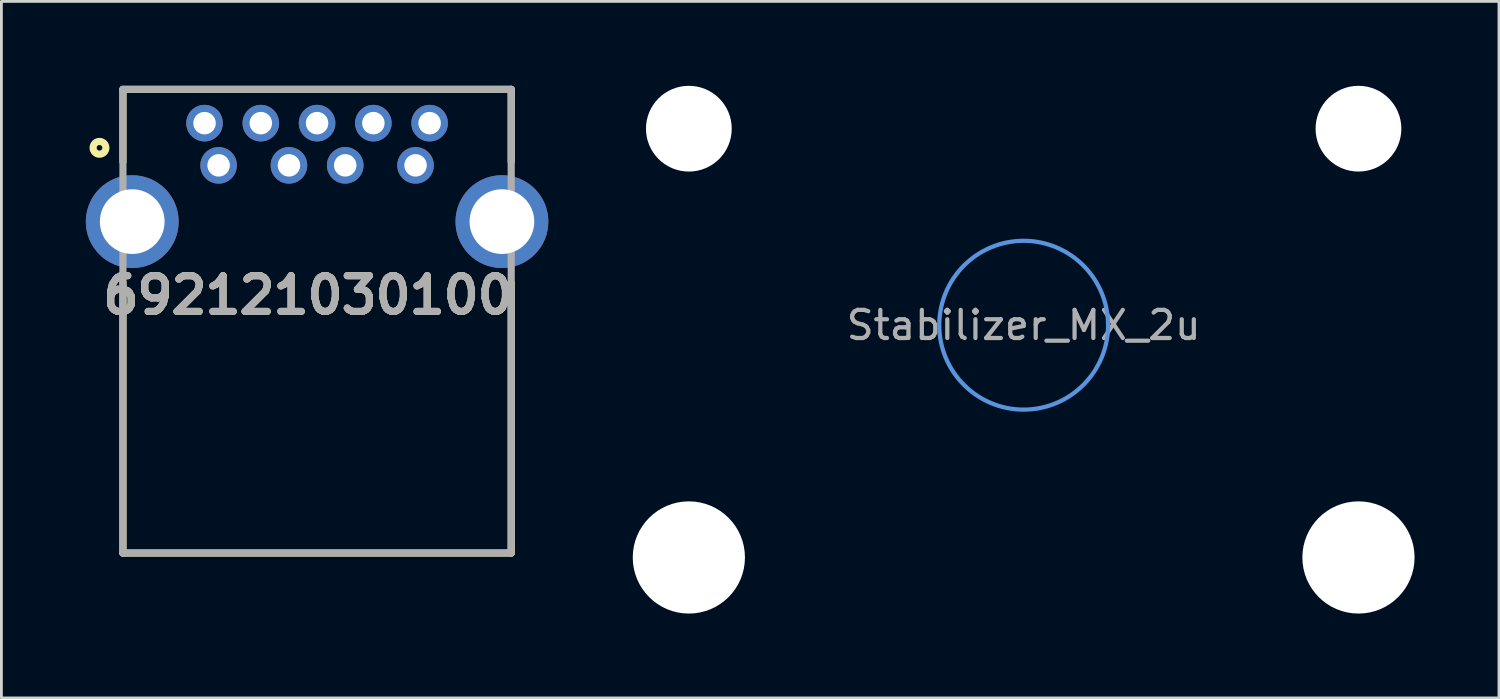
<source format=kicad_pcb>
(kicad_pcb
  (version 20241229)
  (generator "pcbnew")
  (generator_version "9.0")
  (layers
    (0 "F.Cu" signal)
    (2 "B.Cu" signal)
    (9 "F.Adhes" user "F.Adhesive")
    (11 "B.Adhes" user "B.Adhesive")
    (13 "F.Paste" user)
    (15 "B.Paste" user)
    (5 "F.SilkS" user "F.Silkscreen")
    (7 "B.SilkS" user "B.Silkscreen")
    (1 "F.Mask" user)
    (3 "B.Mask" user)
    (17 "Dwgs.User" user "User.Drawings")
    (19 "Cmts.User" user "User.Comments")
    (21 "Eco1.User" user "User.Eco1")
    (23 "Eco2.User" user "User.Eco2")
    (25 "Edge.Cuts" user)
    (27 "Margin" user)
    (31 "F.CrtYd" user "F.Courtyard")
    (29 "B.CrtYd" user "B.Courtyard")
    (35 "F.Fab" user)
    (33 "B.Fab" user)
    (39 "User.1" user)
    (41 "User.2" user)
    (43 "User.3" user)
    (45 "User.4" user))
  (footprint "692121030100"
    (layer "F.Cu")
    (at 1.32 16.607)
    (property "Reference" "692121030100" (at 6.581 -9.162 0) (layer "F.SilkS") (effects (font (size 1.27 1.27) (thickness 0.254))))
    (attr through_hole)
    (fp_line (start 0 -16.48) (end 0 -13.909) (stroke (width 0.254) (type solid)) (layer "F.SilkS"))
    (fp_line (start 0 0) (end 0 -9.616) (stroke (width 0.254) (type solid)) (layer "F.SilkS"))
    (fp_line (start 0 0) (end 13.8 0) (stroke (width 0.254) (type solid)) (layer "F.SilkS"))
    (fp_line (start 13.8 -16.48) (end 0 -16.48) (stroke (width 0.254) (type solid)) (layer "F.SilkS"))
    (fp_line (start 13.8 -16.48) (end 13.8 -13.909) (stroke (width 0.254) (type solid)) (layer "F.SilkS"))
    (fp_line (start 13.8 0) (end 13.8 -9.616) (stroke (width 0.254) (type solid)) (layer "F.SilkS"))
    (fp_circle (center -0.834 -14.403) (end -0.834 -14.303) (stroke (width 0.254) (type solid)) (fill no) (layer "F.SilkS"))
    (fp_line (start 0 -16.48) (end 13.8 -16.48) (stroke (width 0.254) (type solid)) (layer "F.Fab"))
    (fp_line (start 0 0) (end 0 -16.48) (stroke (width 0.254) (type solid)) (layer "F.Fab"))
    (fp_line (start 13.8 -16.48) (end 13.8 0) (stroke (width 0.254) (type solid)) (layer "F.Fab"))
    (fp_line (start 13.8 0) (end 0 0) (stroke (width 0.254) (type solid)) (layer "F.Fab"))
    (fp_text user "${REFERENCE}" (at 6.581 -9.162 0) (layer "F.Fab") (effects (font (size 1.27 1.27) (thickness 0.254))))
    (pad "1" thru_hole circle (at 3.4 -13.78) (size 1.3 1.3) (drill 0.8) (layers "*.Cu" "*.Mask"))
    (pad "2" thru_hole circle (at 5.9 -13.78) (size 1.3 1.3) (drill 0.8) (layers "*.Cu" "*.Mask"))
    (pad "3" thru_hole circle (at 7.9 -13.78) (size 1.3 1.3) (drill 0.8) (layers "*.Cu" "*.Mask"))
    (pad "4" thru_hole circle (at 10.4 -13.78) (size 1.3 1.3) (drill 0.8) (layers "*.Cu" "*.Mask"))
    (pad "5" thru_hole circle (at 10.9 -15.28) (size 1.3 1.3) (drill 0.8) (layers "*.Cu" "*.Mask"))
    (pad "6" thru_hole circle (at 8.9 -15.28) (size 1.3 1.3) (drill 0.8) (layers "*.Cu" "*.Mask"))
    (pad "7" thru_hole circle (at 6.9 -15.28) (size 1.3 1.3) (drill 0.8) (layers "*.Cu" "*.Mask"))
    (pad "8" thru_hole circle (at 4.9 -15.28) (size 1.3 1.3) (drill 0.8) (layers "*.Cu" "*.Mask"))
    (pad "9" thru_hole circle (at 2.9 -15.28) (size 1.3 1.3) (drill 0.8) (layers "*.Cu" "*.Mask"))
    (pad "10" thru_hole circle (at 0.33 -11.78) (size 3.3 3.3) (drill 2.3) (layers "*.Cu" "*.Mask"))
    (pad "11" thru_hole circle (at 13.47 -11.78) (size 3.3 3.3) (drill 2.3) (layers "*.Cu" "*.Mask")))
  (footprint "Stabilizer_MX_2u"
    (layer "F.Cu")
    (at 33.334 8.509)
    (property "Reference" "Stabilizer_MX_2u" (at 0 0 0) (layer "F.Fab") (effects (font (size 1 1) (thickness 0.15))))
    (attr through_hole)
    (fp_circle (center 0 0) (end 3 0) (stroke (width 0.15) (type solid)) (fill no) (layer "Cmts.User"))
    (pad "" np_thru_hole circle (at -11.9 -6.985) (size 3.048 3.048) (drill 3.048) (layers "*.Cu" "*.Mask"))
    (pad "" np_thru_hole circle (at -11.9 8.255) (size 3.988 3.988) (drill 3.988) (layers "*.Cu" "*.Mask"))
    (pad "" np_thru_hole circle (at 11.9 -6.985) (size 3.048 3.048) (drill 3.048) (layers "*.Cu" "*.Mask"))
    (pad "" np_thru_hole circle (at 11.9 8.255) (size 3.988 3.988) (drill 3.988) (layers "*.Cu" "*.Mask")))
  (gr_rect
    (start -3 -3)
    (end 50.228 21.758)
    (stroke (width 0.1) (type default))
    (fill no)
    (layer "Edge.Cuts")))
</source>
